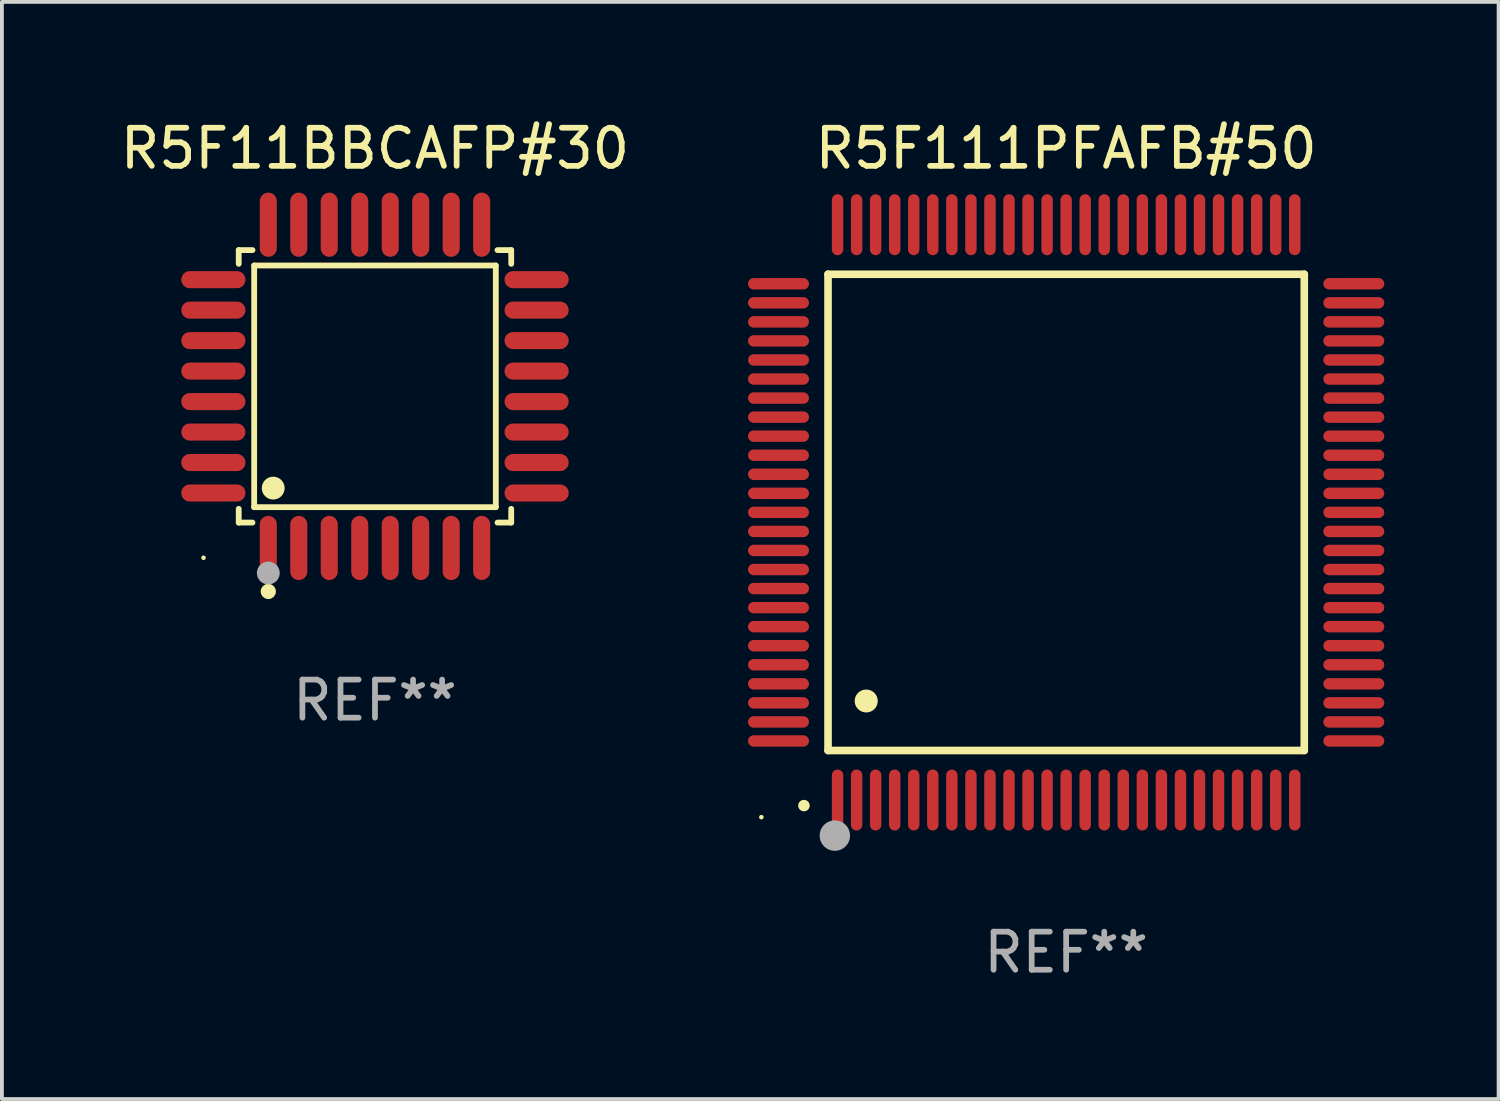
<source format=kicad_pcb>
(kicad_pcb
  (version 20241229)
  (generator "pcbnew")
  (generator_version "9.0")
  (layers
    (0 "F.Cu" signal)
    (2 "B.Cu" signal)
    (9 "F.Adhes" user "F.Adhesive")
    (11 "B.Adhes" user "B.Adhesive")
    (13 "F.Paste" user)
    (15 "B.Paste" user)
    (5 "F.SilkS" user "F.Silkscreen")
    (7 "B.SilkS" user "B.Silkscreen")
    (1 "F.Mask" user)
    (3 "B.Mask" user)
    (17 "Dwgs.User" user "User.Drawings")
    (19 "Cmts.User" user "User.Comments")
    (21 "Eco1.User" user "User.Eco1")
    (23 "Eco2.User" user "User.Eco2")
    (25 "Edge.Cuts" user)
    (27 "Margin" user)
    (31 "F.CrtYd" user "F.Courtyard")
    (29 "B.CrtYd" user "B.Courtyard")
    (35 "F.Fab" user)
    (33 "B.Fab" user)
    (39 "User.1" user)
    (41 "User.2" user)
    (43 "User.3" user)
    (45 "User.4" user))
  (footprint "R5F111PFAFB#50"
    (layer "F.Cu")
    (at 24.933 10.398)
    (property "Reference" "R5F111PFAFB#50" (at 0 -9.55 0) (layer "F.SilkS") (effects (font (size 1 1) (thickness 0.15))))
    (attr through_hole)
    (fp_line (start -6.25 -6.25) (end -6.25 6.25) (stroke (width 0.2) (type solid)) (layer "F.SilkS"))
    (fp_line (start -6.25 6.25) (end 6.25 6.25) (stroke (width 0.2) (type solid)) (layer "F.SilkS"))
    (fp_line (start 6.25 -6.25) (end -6.25 -6.25) (stroke (width 0.2) (type solid)) (layer "F.SilkS"))
    (fp_line (start 6.25 6.25) (end 6.25 -6.25) (stroke (width 0.2) (type solid)) (layer "F.SilkS"))
    (fp_arc (start -6.883414 7.696215) (mid -6.882144 7.69621) (end -6.880874 7.696215) (stroke (width 0.3) (type solid)) (layer "F.SilkS"))
    (fp_arc (start -5.250191 4.95047) (mid -5.247651 4.950459) (end -5.245111 4.95047) (stroke (width 0.6) (type solid)) (layer "F.SilkS"))
    (fp_circle (center -8 8) (end -7.97 8) (stroke (width 0.06) (type solid)) (fill no) (layer "F.SilkS"))
    (fp_circle (center -6.071 8.484) (end -5.871 8.484) (stroke (width 0.4) (type solid)) (fill no) (layer "F.Fab"))
    (fp_text user "REF**" (at 0 11.55 0) (layer "F.Fab") (effects (font (size 1 1) (thickness 0.15))))
    (pad "1" smd oval (at -6 7.55) (size 0.3 1.6) (layers "F.Cu" "F.Mask" "F.Paste"))
    (pad "2" smd oval (at -5.5 7.55) (size 0.3 1.6) (layers "F.Cu" "F.Mask" "F.Paste"))
    (pad "3" smd oval (at -5 7.55) (size 0.3 1.6) (layers "F.Cu" "F.Mask" "F.Paste"))
    (pad "4" smd oval (at -4.5 7.55) (size 0.3 1.6) (layers "F.Cu" "F.Mask" "F.Paste"))
    (pad "5" smd oval (at -4 7.55) (size 0.3 1.6) (layers "F.Cu" "F.Mask" "F.Paste"))
    (pad "6" smd oval (at -3.5 7.55) (size 0.3 1.6) (layers "F.Cu" "F.Mask" "F.Paste"))
    (pad "7" smd oval (at -3 7.55) (size 0.3 1.6) (layers "F.Cu" "F.Mask" "F.Paste"))
    (pad "8" smd oval (at -2.5 7.55) (size 0.3 1.6) (layers "F.Cu" "F.Mask" "F.Paste"))
    (pad "9" smd oval (at -2 7.55) (size 0.3 1.6) (layers "F.Cu" "F.Mask" "F.Paste"))
    (pad "10" smd oval (at -1.5 7.55) (size 0.3 1.6) (layers "F.Cu" "F.Mask" "F.Paste"))
    (pad "11" smd oval (at -1 7.55) (size 0.3 1.6) (layers "F.Cu" "F.Mask" "F.Paste"))
    (pad "12" smd oval (at -0.5 7.55) (size 0.3 1.6) (layers "F.Cu" "F.Mask" "F.Paste"))
    (pad "13" smd oval (at 0 7.55) (size 0.3 1.6) (layers "F.Cu" "F.Mask" "F.Paste"))
    (pad "14" smd oval (at 0.5 7.55) (size 0.3 1.6) (layers "F.Cu" "F.Mask" "F.Paste"))
    (pad "15" smd oval (at 1 7.55) (size 0.3 1.6) (layers "F.Cu" "F.Mask" "F.Paste"))
    (pad "16" smd oval (at 1.5 7.55) (size 0.3 1.6) (layers "F.Cu" "F.Mask" "F.Paste"))
    (pad "17" smd oval (at 2 7.55) (size 0.3 1.6) (layers "F.Cu" "F.Mask" "F.Paste"))
    (pad "18" smd oval (at 2.5 7.55) (size 0.3 1.6) (layers "F.Cu" "F.Mask" "F.Paste"))
    (pad "19" smd oval (at 3 7.55) (size 0.3 1.6) (layers "F.Cu" "F.Mask" "F.Paste"))
    (pad "20" smd oval (at 3.5 7.55) (size 0.3 1.6) (layers "F.Cu" "F.Mask" "F.Paste"))
    (pad "21" smd oval (at 4 7.55) (size 0.3 1.6) (layers "F.Cu" "F.Mask" "F.Paste"))
    (pad "22" smd oval (at 4.5 7.55) (size 0.3 1.6) (layers "F.Cu" "F.Mask" "F.Paste"))
    (pad "23" smd oval (at 5 7.55) (size 0.3 1.6) (layers "F.Cu" "F.Mask" "F.Paste"))
    (pad "24" smd oval (at 5.5 7.55) (size 0.3 1.6) (layers "F.Cu" "F.Mask" "F.Paste"))
    (pad "25" smd oval (at 6 7.55) (size 0.3 1.6) (layers "F.Cu" "F.Mask" "F.Paste"))
    (pad "26" smd oval (at 7.55 6) (size 1.6 0.3) (layers "F.Cu" "F.Mask" "F.Paste"))
    (pad "27" smd oval (at 7.55 5.5) (size 1.6 0.3) (layers "F.Cu" "F.Mask" "F.Paste"))
    (pad "28" smd oval (at 7.55 5) (size 1.6 0.3) (layers "F.Cu" "F.Mask" "F.Paste"))
    (pad "29" smd oval (at 7.55 4.5) (size 1.6 0.3) (layers "F.Cu" "F.Mask" "F.Paste"))
    (pad "30" smd oval (at 7.55 4) (size 1.6 0.3) (layers "F.Cu" "F.Mask" "F.Paste"))
    (pad "31" smd oval (at 7.55 3.5) (size 1.6 0.3) (layers "F.Cu" "F.Mask" "F.Paste"))
    (pad "32" smd oval (at 7.55 3) (size 1.6 0.3) (layers "F.Cu" "F.Mask" "F.Paste"))
    (pad "33" smd oval (at 7.55 2.5) (size 1.6 0.3) (layers "F.Cu" "F.Mask" "F.Paste"))
    (pad "34" smd oval (at 7.55 2) (size 1.6 0.3) (layers "F.Cu" "F.Mask" "F.Paste"))
    (pad "35" smd oval (at 7.55 1.5) (size 1.6 0.3) (layers "F.Cu" "F.Mask" "F.Paste"))
    (pad "36" smd oval (at 7.55 1) (size 1.6 0.3) (layers "F.Cu" "F.Mask" "F.Paste"))
    (pad "37" smd oval (at 7.55 0.5) (size 1.6 0.3) (layers "F.Cu" "F.Mask" "F.Paste"))
    (pad "38" smd oval (at 7.55 0) (size 1.6 0.3) (layers "F.Cu" "F.Mask" "F.Paste"))
    (pad "39" smd oval (at 7.55 -0.5) (size 1.6 0.3) (layers "F.Cu" "F.Mask" "F.Paste"))
    (pad "40" smd oval (at 7.55 -1) (size 1.6 0.3) (layers "F.Cu" "F.Mask" "F.Paste"))
    (pad "41" smd oval (at 7.55 -1.5) (size 1.6 0.3) (layers "F.Cu" "F.Mask" "F.Paste"))
    (pad "42" smd oval (at 7.55 -2) (size 1.6 0.3) (layers "F.Cu" "F.Mask" "F.Paste"))
    (pad "43" smd oval (at 7.55 -2.5) (size 1.6 0.3) (layers "F.Cu" "F.Mask" "F.Paste"))
    (pad "44" smd oval (at 7.55 -3) (size 1.6 0.3) (layers "F.Cu" "F.Mask" "F.Paste"))
    (pad "45" smd oval (at 7.55 -3.5) (size 1.6 0.3) (layers "F.Cu" "F.Mask" "F.Paste"))
    (pad "46" smd oval (at 7.55 -4) (size 1.6 0.3) (layers "F.Cu" "F.Mask" "F.Paste"))
    (pad "47" smd oval (at 7.55 -4.5) (size 1.6 0.3) (layers "F.Cu" "F.Mask" "F.Paste"))
    (pad "48" smd oval (at 7.55 -5) (size 1.6 0.3) (layers "F.Cu" "F.Mask" "F.Paste"))
    (pad "49" smd oval (at 7.55 -5.5) (size 1.6 0.3) (layers "F.Cu" "F.Mask" "F.Paste"))
    (pad "50" smd oval (at 7.55 -6) (size 1.6 0.3) (layers "F.Cu" "F.Mask" "F.Paste"))
    (pad "51" smd oval (at 6 -7.55) (size 0.3 1.6) (layers "F.Cu" "F.Mask" "F.Paste"))
    (pad "52" smd oval (at 5.5 -7.55) (size 0.3 1.6) (layers "F.Cu" "F.Mask" "F.Paste"))
    (pad "53" smd oval (at 5 -7.55) (size 0.3 1.6) (layers "F.Cu" "F.Mask" "F.Paste"))
    (pad "54" smd oval (at 4.5 -7.55) (size 0.3 1.6) (layers "F.Cu" "F.Mask" "F.Paste"))
    (pad "55" smd oval (at 4 -7.55) (size 0.3 1.6) (layers "F.Cu" "F.Mask" "F.Paste"))
    (pad "56" smd oval (at 3.5 -7.55) (size 0.3 1.6) (layers "F.Cu" "F.Mask" "F.Paste"))
    (pad "57" smd oval (at 3 -7.55) (size 0.3 1.6) (layers "F.Cu" "F.Mask" "F.Paste"))
    (pad "58" smd oval (at 2.5 -7.55) (size 0.3 1.6) (layers "F.Cu" "F.Mask" "F.Paste"))
    (pad "59" smd oval (at 2 -7.55) (size 0.3 1.6) (layers "F.Cu" "F.Mask" "F.Paste"))
    (pad "60" smd oval (at 1.5 -7.55) (size 0.3 1.6) (layers "F.Cu" "F.Mask" "F.Paste"))
    (pad "61" smd oval (at 1 -7.55) (size 0.3 1.6) (layers "F.Cu" "F.Mask" "F.Paste"))
    (pad "62" smd oval (at 0.5 -7.55) (size 0.3 1.6) (layers "F.Cu" "F.Mask" "F.Paste"))
    (pad "63" smd oval (at 0 -7.55) (size 0.3 1.6) (layers "F.Cu" "F.Mask" "F.Paste"))
    (pad "64" smd oval (at -0.5 -7.55) (size 0.3 1.6) (layers "F.Cu" "F.Mask" "F.Paste"))
    (pad "65" smd oval (at -1 -7.55) (size 0.3 1.6) (layers "F.Cu" "F.Mask" "F.Paste"))
    (pad "66" smd oval (at -1.5 -7.55) (size 0.3 1.6) (layers "F.Cu" "F.Mask" "F.Paste"))
    (pad "67" smd oval (at -2 -7.55) (size 0.3 1.6) (layers "F.Cu" "F.Mask" "F.Paste"))
    (pad "68" smd oval (at -2.5 -7.55) (size 0.3 1.6) (layers "F.Cu" "F.Mask" "F.Paste"))
    (pad "69" smd oval (at -3 -7.55) (size 0.3 1.6) (layers "F.Cu" "F.Mask" "F.Paste"))
    (pad "70" smd oval (at -3.5 -7.55) (size 0.3 1.6) (layers "F.Cu" "F.Mask" "F.Paste"))
    (pad "71" smd oval (at -4 -7.55) (size 0.3 1.6) (layers "F.Cu" "F.Mask" "F.Paste"))
    (pad "72" smd oval (at -4.5 -7.55) (size 0.3 1.6) (layers "F.Cu" "F.Mask" "F.Paste"))
    (pad "73" smd oval (at -5 -7.55) (size 0.3 1.6) (layers "F.Cu" "F.Mask" "F.Paste"))
    (pad "74" smd oval (at -5.5 -7.55) (size 0.3 1.6) (layers "F.Cu" "F.Mask" "F.Paste"))
    (pad "75" smd oval (at -6 -7.55) (size 0.3 1.6) (layers "F.Cu" "F.Mask" "F.Paste"))
    (pad "76" smd oval (at -7.55 -6) (size 1.6 0.3) (layers "F.Cu" "F.Mask" "F.Paste"))
    (pad "77" smd oval (at -7.55 -5.5) (size 1.6 0.3) (layers "F.Cu" "F.Mask" "F.Paste"))
    (pad "78" smd oval (at -7.55 -5) (size 1.6 0.3) (layers "F.Cu" "F.Mask" "F.Paste"))
    (pad "79" smd oval (at -7.55 -4.5) (size 1.6 0.3) (layers "F.Cu" "F.Mask" "F.Paste"))
    (pad "80" smd oval (at -7.55 -4) (size 1.6 0.3) (layers "F.Cu" "F.Mask" "F.Paste"))
    (pad "81" smd oval (at -7.55 -3.5) (size 1.6 0.3) (layers "F.Cu" "F.Mask" "F.Paste"))
    (pad "82" smd oval (at -7.55 -3) (size 1.6 0.3) (layers "F.Cu" "F.Mask" "F.Paste"))
    (pad "83" smd oval (at -7.55 -2.5) (size 1.6 0.3) (layers "F.Cu" "F.Mask" "F.Paste"))
    (pad "84" smd oval (at -7.55 -2) (size 1.6 0.3) (layers "F.Cu" "F.Mask" "F.Paste"))
    (pad "85" smd oval (at -7.55 -1.5) (size 1.6 0.3) (layers "F.Cu" "F.Mask" "F.Paste"))
    (pad "86" smd oval (at -7.55 -1) (size 1.6 0.3) (layers "F.Cu" "F.Mask" "F.Paste"))
    (pad "87" smd oval (at -7.55 -0.5) (size 1.6 0.3) (layers "F.Cu" "F.Mask" "F.Paste"))
    (pad "88" smd oval (at -7.55 0) (size 1.6 0.3) (layers "F.Cu" "F.Mask" "F.Paste"))
    (pad "89" smd oval (at -7.55 0.5) (size 1.6 0.3) (layers "F.Cu" "F.Mask" "F.Paste"))
    (pad "90" smd oval (at -7.55 1) (size 1.6 0.3) (layers "F.Cu" "F.Mask" "F.Paste"))
    (pad "91" smd oval (at -7.55 1.5) (size 1.6 0.3) (layers "F.Cu" "F.Mask" "F.Paste"))
    (pad "92" smd oval (at -7.55 2) (size 1.6 0.3) (layers "F.Cu" "F.Mask" "F.Paste"))
    (pad "93" smd oval (at -7.55 2.5) (size 1.6 0.3) (layers "F.Cu" "F.Mask" "F.Paste"))
    (pad "94" smd oval (at -7.55 3) (size 1.6 0.3) (layers "F.Cu" "F.Mask" "F.Paste"))
    (pad "95" smd oval (at -7.55 3.5) (size 1.6 0.3) (layers "F.Cu" "F.Mask" "F.Paste"))
    (pad "96" smd oval (at -7.55 4) (size 1.6 0.3) (layers "F.Cu" "F.Mask" "F.Paste"))
    (pad "97" smd oval (at -7.55 4.5) (size 1.6 0.3) (layers "F.Cu" "F.Mask" "F.Paste"))
    (pad "98" smd oval (at -7.55 5) (size 1.6 0.3) (layers "F.Cu" "F.Mask" "F.Paste"))
    (pad "99" smd oval (at -7.55 5.5) (size 1.6 0.3) (layers "F.Cu" "F.Mask" "F.Paste"))
    (pad "100" smd oval (at -7.55 6) (size 1.6 0.3) (layers "F.Cu" "F.Mask" "F.Paste")))
  (footprint "R5F11BBCAFP#30"
    (layer "F.Cu")
    (at 6.792 7.09)
    (property "Reference" "R5F11BBCAFP#30" (at 0 -6.242 0) (layer "F.SilkS") (effects (font (size 1 1) (thickness 0.15))))
    (attr through_hole)
    (fp_line (start -3.576 -3.576) (end -3.215 -3.576) (stroke (width 0.152) (type solid)) (layer "F.SilkS"))
    (fp_line (start -3.576 -3.215) (end -3.576 -3.576) (stroke (width 0.152) (type solid)) (layer "F.SilkS"))
    (fp_line (start -3.576 3.215) (end -3.576 3.576) (stroke (width 0.152) (type solid)) (layer "F.SilkS"))
    (fp_line (start -3.576 3.576) (end -3.215 3.576) (stroke (width 0.152) (type solid)) (layer "F.SilkS"))
    (fp_line (start -3.171 -3.171) (end 3.171 -3.171) (stroke (width 0.152) (type solid)) (layer "F.SilkS"))
    (fp_line (start -3.171 3.171) (end -3.171 -3.171) (stroke (width 0.152) (type solid)) (layer "F.SilkS"))
    (fp_line (start 3.171 -3.171) (end 3.171 3.171) (stroke (width 0.152) (type solid)) (layer "F.SilkS"))
    (fp_line (start 3.171 3.171) (end -3.171 3.171) (stroke (width 0.152) (type solid)) (layer "F.SilkS"))
    (fp_line (start 3.576 -3.576) (end 3.215 -3.576) (stroke (width 0.152) (type solid)) (layer "F.SilkS"))
    (fp_line (start 3.576 -3.215) (end 3.576 -3.576) (stroke (width 0.152) (type solid)) (layer "F.SilkS"))
    (fp_line (start 3.576 3.215) (end 3.576 3.576) (stroke (width 0.152) (type solid)) (layer "F.SilkS"))
    (fp_line (start 3.576 3.576) (end 3.215 3.576) (stroke (width 0.152) (type solid)) (layer "F.SilkS"))
    (fp_circle (center -4.5 4.5) (end -4.47 4.5) (stroke (width 0.06) (type solid)) (fill no) (layer "F.SilkS"))
    (fp_circle (center -2.8 5.384) (end -2.7 5.384) (stroke (width 0.2) (type solid)) (fill no) (layer "F.SilkS"))
    (fp_circle (center -2.671 2.671) (end -2.521 2.671) (stroke (width 0.3) (type solid)) (fill no) (layer "F.SilkS"))
    (fp_circle (center -2.8 4.9) (end -2.65 4.9) (stroke (width 0.3) (type solid)) (fill no) (layer "F.Fab"))
    (fp_text user "REF**" (at 0 8.242 0) (layer "F.Fab") (effects (font (size 1 1) (thickness 0.15))))
    (pad "1" smd oval (at -2.8 4.242) (size 0.448 1.684) (layers "F.Cu" "F.Mask" "F.Paste"))
    (pad "2" smd oval (at -2 4.242) (size 0.448 1.684) (layers "F.Cu" "F.Mask" "F.Paste"))
    (pad "3" smd oval (at -1.2 4.242) (size 0.448 1.684) (layers "F.Cu" "F.Mask" "F.Paste"))
    (pad "4" smd oval (at -0.4 4.242) (size 0.448 1.684) (layers "F.Cu" "F.Mask" "F.Paste"))
    (pad "5" smd oval (at 0.4 4.242) (size 0.448 1.684) (layers "F.Cu" "F.Mask" "F.Paste"))
    (pad "6" smd oval (at 1.2 4.242) (size 0.448 1.684) (layers "F.Cu" "F.Mask" "F.Paste"))
    (pad "7" smd oval (at 2 4.242) (size 0.448 1.684) (layers "F.Cu" "F.Mask" "F.Paste"))
    (pad "8" smd oval (at 2.8 4.242) (size 0.448 1.684) (layers "F.Cu" "F.Mask" "F.Paste"))
    (pad "9" smd oval (at 4.242 2.8) (size 1.684 0.448) (layers "F.Cu" "F.Mask" "F.Paste"))
    (pad "10" smd oval (at 4.242 2) (size 1.684 0.448) (layers "F.Cu" "F.Mask" "F.Paste"))
    (pad "11" smd oval (at 4.242 1.2) (size 1.684 0.448) (layers "F.Cu" "F.Mask" "F.Paste"))
    (pad "12" smd oval (at 4.242 0.4) (size 1.684 0.448) (layers "F.Cu" "F.Mask" "F.Paste"))
    (pad "13" smd oval (at 4.242 -0.4) (size 1.684 0.448) (layers "F.Cu" "F.Mask" "F.Paste"))
    (pad "14" smd oval (at 4.242 -1.2) (size 1.684 0.448) (layers "F.Cu" "F.Mask" "F.Paste"))
    (pad "15" smd oval (at 4.242 -2) (size 1.684 0.448) (layers "F.Cu" "F.Mask" "F.Paste"))
    (pad "16" smd oval (at 4.242 -2.8) (size 1.684 0.448) (layers "F.Cu" "F.Mask" "F.Paste"))
    (pad "17" smd oval (at 2.8 -4.242) (size 0.448 1.684) (layers "F.Cu" "F.Mask" "F.Paste"))
    (pad "18" smd oval (at 2 -4.242) (size 0.448 1.684) (layers "F.Cu" "F.Mask" "F.Paste"))
    (pad "19" smd oval (at 1.2 -4.242) (size 0.448 1.684) (layers "F.Cu" "F.Mask" "F.Paste"))
    (pad "20" smd oval (at 0.4 -4.242) (size 0.448 1.684) (layers "F.Cu" "F.Mask" "F.Paste"))
    (pad "21" smd oval (at -0.4 -4.242) (size 0.448 1.684) (layers "F.Cu" "F.Mask" "F.Paste"))
    (pad "22" smd oval (at -1.2 -4.242) (size 0.448 1.684) (layers "F.Cu" "F.Mask" "F.Paste"))
    (pad "23" smd oval (at -2 -4.242) (size 0.448 1.684) (layers "F.Cu" "F.Mask" "F.Paste"))
    (pad "24" smd oval (at -2.8 -4.242) (size 0.448 1.684) (layers "F.Cu" "F.Mask" "F.Paste"))
    (pad "25" smd oval (at -4.242 -2.8) (size 1.684 0.448) (layers "F.Cu" "F.Mask" "F.Paste"))
    (pad "26" smd oval (at -4.242 -2) (size 1.684 0.448) (layers "F.Cu" "F.Mask" "F.Paste"))
    (pad "27" smd oval (at -4.242 -1.2) (size 1.684 0.448) (layers "F.Cu" "F.Mask" "F.Paste"))
    (pad "28" smd oval (at -4.242 -0.4) (size 1.684 0.448) (layers "F.Cu" "F.Mask" "F.Paste"))
    (pad "29" smd oval (at -4.242 0.4) (size 1.684 0.448) (layers "F.Cu" "F.Mask" "F.Paste"))
    (pad "30" smd oval (at -4.242 1.2) (size 1.684 0.448) (layers "F.Cu" "F.Mask" "F.Paste"))
    (pad "31" smd oval (at -4.242 2) (size 1.684 0.448) (layers "F.Cu" "F.Mask" "F.Paste"))
    (pad "32" smd oval (at -4.242 2.8) (size 1.684 0.448) (layers "F.Cu" "F.Mask" "F.Paste")))
  (gr_rect
    (start -3 -3)
    (end 36.283 25.796)
    (stroke (width 0.1) (type default))
    (fill no)
    (layer "Edge.Cuts")))
</source>
